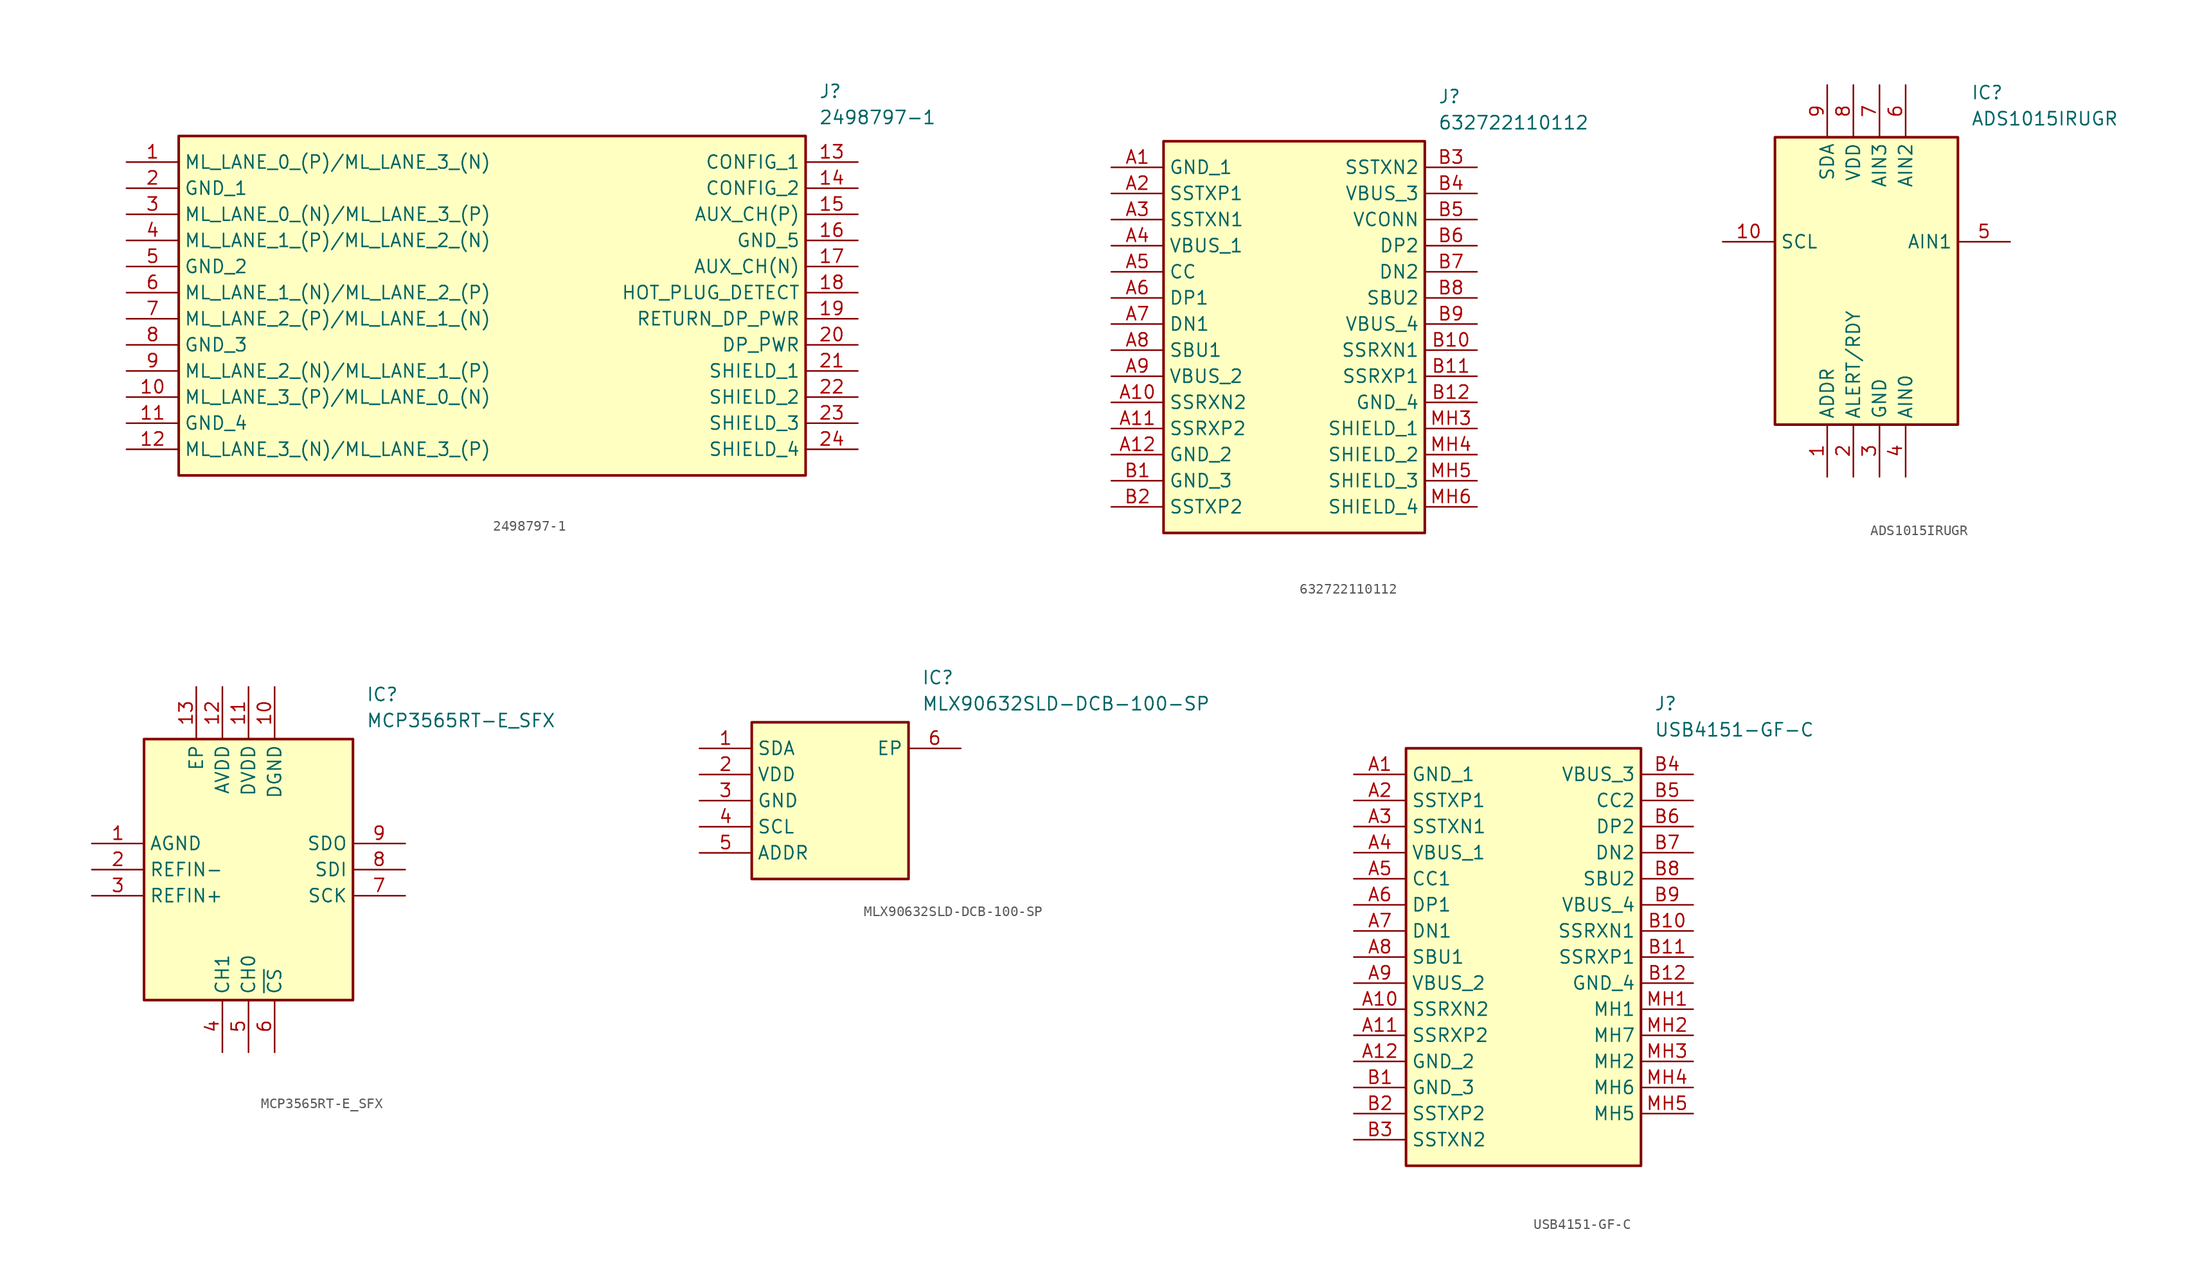
<source format=kicad_sym>
(kicad_symbol_lib
  (version 20241209)
  (generator kicad_symbol_editor)
  (symbol "2498797-1"
    (property "Reference" "J"
      (at 67.31 7.62 0)
      (effects (font (size 1.27 1.27)) (justify left top)))
    (property "Value" "2498797-1"
      (at 67.31 5.08 0)
      (effects (font (size 1.27 1.27)) (justify left top)))
    (rectangle
      (start 5.08 2.54)
      (end 66.04 -30.48)
      (stroke (width 0.254) (type default))
      (fill (type background)))
    (pin passive line
      (at 0 0 0)
      (length 5.08)
      (name "ML_LANE_0_(P)/ML_LANE_3_(N)" (effects (font (size 1.27 1.27))))
      (number "1" (effects (font (size 1.27 1.27)))))
    (pin passive line
      (at 0 -2.54 0)
      (length 5.08)
      (name "GND_1" (effects (font (size 1.27 1.27))))
      (number "2" (effects (font (size 1.27 1.27)))))
    (pin passive line
      (at 0 -5.08 0)
      (length 5.08)
      (name "ML_LANE_0_(N)/ML_LANE_3_(P)" (effects (font (size 1.27 1.27))))
      (number "3" (effects (font (size 1.27 1.27)))))
    (pin passive line
      (at 0 -7.62 0)
      (length 5.08)
      (name "ML_LANE_1_(P)/ML_LANE_2_(N)" (effects (font (size 1.27 1.27))))
      (number "4" (effects (font (size 1.27 1.27)))))
    (pin passive line
      (at 0 -10.16 0)
      (length 5.08)
      (name "GND_2" (effects (font (size 1.27 1.27))))
      (number "5" (effects (font (size 1.27 1.27)))))
    (pin passive line
      (at 0 -12.7 0)
      (length 5.08)
      (name "ML_LANE_1_(N)/ML_LANE_2_(P)" (effects (font (size 1.27 1.27))))
      (number "6" (effects (font (size 1.27 1.27)))))
    (pin passive line
      (at 0 -15.24 0)
      (length 5.08)
      (name "ML_LANE_2_(P)/ML_LANE_1_(N)" (effects (font (size 1.27 1.27))))
      (number "7" (effects (font (size 1.27 1.27)))))
    (pin passive line
      (at 0 -17.78 0)
      (length 5.08)
      (name "GND_3" (effects (font (size 1.27 1.27))))
      (number "8" (effects (font (size 1.27 1.27)))))
    (pin passive line
      (at 0 -20.32 0)
      (length 5.08)
      (name "ML_LANE_2_(N)/ML_LANE_1_(P)" (effects (font (size 1.27 1.27))))
      (number "9" (effects (font (size 1.27 1.27)))))
    (pin passive line
      (at 0 -22.86 0)
      (length 5.08)
      (name "ML_LANE_3_(P)/ML_LANE_0_(N)" (effects (font (size 1.27 1.27))))
      (number "10" (effects (font (size 1.27 1.27)))))
    (pin passive line
      (at 0 -25.4 0)
      (length 5.08)
      (name "GND_4" (effects (font (size 1.27 1.27))))
      (number "11" (effects (font (size 1.27 1.27)))))
    (pin passive line
      (at 0 -27.94 0)
      (length 5.08)
      (name "ML_LANE_3_(N)/ML_LANE_3_(P)" (effects (font (size 1.27 1.27))))
      (number "12" (effects (font (size 1.27 1.27)))))
    (pin passive line
      (at 71.12 0 180)
      (length 5.08)
      (name "CONFIG_1" (effects (font (size 1.27 1.27))))
      (number "13" (effects (font (size 1.27 1.27)))))
    (pin passive line
      (at 71.12 -2.54 180)
      (length 5.08)
      (name "CONFIG_2" (effects (font (size 1.27 1.27))))
      (number "14" (effects (font (size 1.27 1.27)))))
    (pin passive line
      (at 71.12 -5.08 180)
      (length 5.08)
      (name "AUX_CH(P)" (effects (font (size 1.27 1.27))))
      (number "15" (effects (font (size 1.27 1.27)))))
    (pin passive line
      (at 71.12 -7.62 180)
      (length 5.08)
      (name "GND_5" (effects (font (size 1.27 1.27))))
      (number "16" (effects (font (size 1.27 1.27)))))
    (pin passive line
      (at 71.12 -10.16 180)
      (length 5.08)
      (name "AUX_CH(N)" (effects (font (size 1.27 1.27))))
      (number "17" (effects (font (size 1.27 1.27)))))
    (pin passive line
      (at 71.12 -12.7 180)
      (length 5.08)
      (name "HOT_PLUG_DETECT" (effects (font (size 1.27 1.27))))
      (number "18" (effects (font (size 1.27 1.27)))))
    (pin passive line
      (at 71.12 -15.24 180)
      (length 5.08)
      (name "RETURN_DP_PWR" (effects (font (size 1.27 1.27))))
      (number "19" (effects (font (size 1.27 1.27)))))
    (pin passive line
      (at 71.12 -17.78 180)
      (length 5.08)
      (name "DP_PWR" (effects (font (size 1.27 1.27))))
      (number "20" (effects (font (size 1.27 1.27)))))
    (pin passive line
      (at 71.12 -20.32 180)
      (length 5.08)
      (name "SHIELD_1" (effects (font (size 1.27 1.27))))
      (number "21" (effects (font (size 1.27 1.27)))))
    (pin passive line
      (at 71.12 -22.86 180)
      (length 5.08)
      (name "SHIELD_2" (effects (font (size 1.27 1.27))))
      (number "22" (effects (font (size 1.27 1.27)))))
    (pin passive line
      (at 71.12 -25.4 180)
      (length 5.08)
      (name "SHIELD_3" (effects (font (size 1.27 1.27))))
      (number "23" (effects (font (size 1.27 1.27)))))
    (pin passive line
      (at 71.12 -27.94 180)
      (length 5.08)
      (name "SHIELD_4" (effects (font (size 1.27 1.27))))
      (number "24" (effects (font (size 1.27 1.27))))))
  (symbol "632722110112"
    (property "Reference" "J"
      (at 31.75 7.62 0)
      (effects (font (size 1.27 1.27)) (justify left top)))
    (property "Value" "632722110112"
      (at 31.75 5.08 0)
      (effects (font (size 1.27 1.27)) (justify left top)))
    (rectangle
      (start 5.08 2.54)
      (end 30.48 -35.56)
      (stroke (width 0.254) (type default))
      (fill (type background)))
    (pin passive line
      (at 0 0 0)
      (length 5.08)
      (name "GND_1" (effects (font (size 1.27 1.27))))
      (number "A1" (effects (font (size 1.27 1.27)))))
    (pin passive line
      (at 0 -2.54 0)
      (length 5.08)
      (name "SSTXP1" (effects (font (size 1.27 1.27))))
      (number "A2" (effects (font (size 1.27 1.27)))))
    (pin passive line
      (at 0 -5.08 0)
      (length 5.08)
      (name "SSTXN1" (effects (font (size 1.27 1.27))))
      (number "A3" (effects (font (size 1.27 1.27)))))
    (pin passive line
      (at 0 -7.62 0)
      (length 5.08)
      (name "VBUS_1" (effects (font (size 1.27 1.27))))
      (number "A4" (effects (font (size 1.27 1.27)))))
    (pin passive line
      (at 0 -10.16 0)
      (length 5.08)
      (name "CC" (effects (font (size 1.27 1.27))))
      (number "A5" (effects (font (size 1.27 1.27)))))
    (pin passive line
      (at 0 -12.7 0)
      (length 5.08)
      (name "DP1" (effects (font (size 1.27 1.27))))
      (number "A6" (effects (font (size 1.27 1.27)))))
    (pin passive line
      (at 0 -15.24 0)
      (length 5.08)
      (name "DN1" (effects (font (size 1.27 1.27))))
      (number "A7" (effects (font (size 1.27 1.27)))))
    (pin passive line
      (at 0 -17.78 0)
      (length 5.08)
      (name "SBU1" (effects (font (size 1.27 1.27))))
      (number "A8" (effects (font (size 1.27 1.27)))))
    (pin passive line
      (at 0 -20.32 0)
      (length 5.08)
      (name "VBUS_2" (effects (font (size 1.27 1.27))))
      (number "A9" (effects (font (size 1.27 1.27)))))
    (pin passive line
      (at 0 -22.86 0)
      (length 5.08)
      (name "SSRXN2" (effects (font (size 1.27 1.27))))
      (number "A10" (effects (font (size 1.27 1.27)))))
    (pin passive line
      (at 0 -25.4 0)
      (length 5.08)
      (name "SSRXP2" (effects (font (size 1.27 1.27))))
      (number "A11" (effects (font (size 1.27 1.27)))))
    (pin passive line
      (at 0 -27.94 0)
      (length 5.08)
      (name "GND_2" (effects (font (size 1.27 1.27))))
      (number "A12" (effects (font (size 1.27 1.27)))))
    (pin passive line
      (at 0 -30.48 0)
      (length 5.08)
      (name "GND_3" (effects (font (size 1.27 1.27))))
      (number "B1" (effects (font (size 1.27 1.27)))))
    (pin passive line
      (at 0 -33.02 0)
      (length 5.08)
      (name "SSTXP2" (effects (font (size 1.27 1.27))))
      (number "B2" (effects (font (size 1.27 1.27)))))
    (pin passive line
      (at 35.56 0 180)
      (length 5.08)
      (name "SSTXN2" (effects (font (size 1.27 1.27))))
      (number "B3" (effects (font (size 1.27 1.27)))))
    (pin passive line
      (at 35.56 -2.54 180)
      (length 5.08)
      (name "VBUS_3" (effects (font (size 1.27 1.27))))
      (number "B4" (effects (font (size 1.27 1.27)))))
    (pin passive line
      (at 35.56 -5.08 180)
      (length 5.08)
      (name "VCONN" (effects (font (size 1.27 1.27))))
      (number "B5" (effects (font (size 1.27 1.27)))))
    (pin passive line
      (at 35.56 -7.62 180)
      (length 5.08)
      (name "DP2" (effects (font (size 1.27 1.27))))
      (number "B6" (effects (font (size 1.27 1.27)))))
    (pin passive line
      (at 35.56 -10.16 180)
      (length 5.08)
      (name "DN2" (effects (font (size 1.27 1.27))))
      (number "B7" (effects (font (size 1.27 1.27)))))
    (pin passive line
      (at 35.56 -12.7 180)
      (length 5.08)
      (name "SBU2" (effects (font (size 1.27 1.27))))
      (number "B8" (effects (font (size 1.27 1.27)))))
    (pin passive line
      (at 35.56 -15.24 180)
      (length 5.08)
      (name "VBUS_4" (effects (font (size 1.27 1.27))))
      (number "B9" (effects (font (size 1.27 1.27)))))
    (pin passive line
      (at 35.56 -17.78 180)
      (length 5.08)
      (name "SSRXN1" (effects (font (size 1.27 1.27))))
      (number "B10" (effects (font (size 1.27 1.27)))))
    (pin passive line
      (at 35.56 -20.32 180)
      (length 5.08)
      (name "SSRXP1" (effects (font (size 1.27 1.27))))
      (number "B11" (effects (font (size 1.27 1.27)))))
    (pin passive line
      (at 35.56 -22.86 180)
      (length 5.08)
      (name "GND_4" (effects (font (size 1.27 1.27))))
      (number "B12" (effects (font (size 1.27 1.27)))))
    (pin passive line
      (at 35.56 -25.4 180)
      (length 5.08)
      (name "SHIELD_1" (effects (font (size 1.27 1.27))))
      (number "MH3" (effects (font (size 1.27 1.27)))))
    (pin passive line
      (at 35.56 -27.94 180)
      (length 5.08)
      (name "SHIELD_2" (effects (font (size 1.27 1.27))))
      (number "MH4" (effects (font (size 1.27 1.27)))))
    (pin passive line
      (at 35.56 -30.48 180)
      (length 5.08)
      (name "SHIELD_3" (effects (font (size 1.27 1.27))))
      (number "MH5" (effects (font (size 1.27 1.27)))))
    (pin passive line
      (at 35.56 -33.02 180)
      (length 5.08)
      (name "SHIELD_4" (effects (font (size 1.27 1.27))))
      (number "MH6" (effects (font (size 1.27 1.27))))))
  (symbol "ADS1015IRUGR"
    (property "Reference" "IC"
      (at 24.13 15.24 0)
      (effects (font (size 1.27 1.27)) (justify left top)))
    (property "Value" "ADS1015IRUGR"
      (at 24.13 12.7 0)
      (effects (font (size 1.27 1.27)) (justify left top)))
    (rectangle
      (start 5.08 10.16)
      (end 22.86 -17.78)
      (stroke (width 0.254) (type default))
      (fill (type background)))
    (pin passive line
      (at 10.16 -22.86 90)
      (length 5.08)
      (name "ADDR" (effects (font (size 1.27 1.27))))
      (number "1" (effects (font (size 1.27 1.27)))))
    (pin passive line
      (at 12.7 -22.86 90)
      (length 5.08)
      (name "ALERT/RDY" (effects (font (size 1.27 1.27))))
      (number "2" (effects (font (size 1.27 1.27)))))
    (pin passive line
      (at 15.24 -22.86 90)
      (length 5.08)
      (name "GND" (effects (font (size 1.27 1.27))))
      (number "3" (effects (font (size 1.27 1.27)))))
    (pin passive line
      (at 17.78 -22.86 90)
      (length 5.08)
      (name "AIN0" (effects (font (size 1.27 1.27))))
      (number "4" (effects (font (size 1.27 1.27)))))
    (pin passive line
      (at 27.94 0 180)
      (length 5.08)
      (name "AIN1" (effects (font (size 1.27 1.27))))
      (number "5" (effects (font (size 1.27 1.27)))))
    (pin passive line
      (at 17.78 15.24 270)
      (length 5.08)
      (name "AIN2" (effects (font (size 1.27 1.27))))
      (number "6" (effects (font (size 1.27 1.27)))))
    (pin passive line
      (at 15.24 15.24 270)
      (length 5.08)
      (name "AIN3" (effects (font (size 1.27 1.27))))
      (number "7" (effects (font (size 1.27 1.27)))))
    (pin passive line
      (at 12.7 15.24 270)
      (length 5.08)
      (name "VDD" (effects (font (size 1.27 1.27))))
      (number "8" (effects (font (size 1.27 1.27)))))
    (pin passive line
      (at 10.16 15.24 270)
      (length 5.08)
      (name "SDA" (effects (font (size 1.27 1.27))))
      (number "9" (effects (font (size 1.27 1.27)))))
    (pin passive line
      (at 0 0 0)
      (length 5.08)
      (name "SCL" (effects (font (size 1.27 1.27))))
      (number "10" (effects (font (size 1.27 1.27))))))
  (symbol "MCP3565RT-E_SFX"
    (property "Reference" "IC"
      (at 26.67 15.24 0)
      (effects (font (size 1.27 1.27)) (justify left top)))
    (property "Value" "MCP3565RT-E_SFX"
      (at 26.67 12.7 0)
      (effects (font (size 1.27 1.27)) (justify left top)))
    (rectangle
      (start 5.08 10.16)
      (end 25.4 -15.24)
      (stroke (width 0.254) (type default))
      (fill (type background)))
    (pin passive line
      (at 0 0 0)
      (length 5.08)
      (name "AGND" (effects (font (size 1.27 1.27))))
      (number "1" (effects (font (size 1.27 1.27)))))
    (pin passive line
      (at 0 -2.54 0)
      (length 5.08)
      (name "REFIN-" (effects (font (size 1.27 1.27))))
      (number "2" (effects (font (size 1.27 1.27)))))
    (pin passive line
      (at 0 -5.08 0)
      (length 5.08)
      (name "REFIN+" (effects (font (size 1.27 1.27))))
      (number "3" (effects (font (size 1.27 1.27)))))
    (pin passive line
      (at 12.7 -20.32 90)
      (length 5.08)
      (name "CH1" (effects (font (size 1.27 1.27))))
      (number "4" (effects (font (size 1.27 1.27)))))
    (pin passive line
      (at 15.24 -20.32 90)
      (length 5.08)
      (name "CH0" (effects (font (size 1.27 1.27))))
      (number "5" (effects (font (size 1.27 1.27)))))
    (pin passive line
      (at 17.78 -20.32 90)
      (length 5.08)
      (name "~{CS}" (effects (font (size 1.27 1.27))))
      (number "6" (effects (font (size 1.27 1.27)))))
    (pin passive line
      (at 30.48 0 180)
      (length 5.08)
      (name "SDO" (effects (font (size 1.27 1.27))))
      (number "9" (effects (font (size 1.27 1.27)))))
    (pin passive line
      (at 30.48 -2.54 180)
      (length 5.08)
      (name "SDI" (effects (font (size 1.27 1.27))))
      (number "8" (effects (font (size 1.27 1.27)))))
    (pin passive line
      (at 30.48 -5.08 180)
      (length 5.08)
      (name "SCK" (effects (font (size 1.27 1.27))))
      (number "7" (effects (font (size 1.27 1.27)))))
    (pin passive line
      (at 10.16 15.24 270)
      (length 5.08)
      (name "EP" (effects (font (size 1.27 1.27))))
      (number "13" (effects (font (size 1.27 1.27)))))
    (pin passive line
      (at 12.7 15.24 270)
      (length 5.08)
      (name "AVDD" (effects (font (size 1.27 1.27))))
      (number "12" (effects (font (size 1.27 1.27)))))
    (pin passive line
      (at 15.24 15.24 270)
      (length 5.08)
      (name "DVDD" (effects (font (size 1.27 1.27))))
      (number "11" (effects (font (size 1.27 1.27)))))
    (pin passive line
      (at 17.78 15.24 270)
      (length 5.08)
      (name "DGND" (effects (font (size 1.27 1.27))))
      (number "10" (effects (font (size 1.27 1.27))))))
  (symbol "MLX90632SLD-DCB-100-SP"
    (property "Reference" "IC"
      (at 21.59 7.62 0)
      (effects (font (size 1.27 1.27)) (justify left top)))
    (property "Value" "MLX90632SLD-DCB-100-SP"
      (at 21.59 5.08 0)
      (effects (font (size 1.27 1.27)) (justify left top)))
    (rectangle
      (start 5.08 2.54)
      (end 20.32 -12.7)
      (stroke (width 0.254) (type default))
      (fill (type background)))
    (pin passive line
      (at 0 0 0)
      (length 5.08)
      (name "SDA" (effects (font (size 1.27 1.27))))
      (number "1" (effects (font (size 1.27 1.27)))))
    (pin passive line
      (at 0 -2.54 0)
      (length 5.08)
      (name "VDD" (effects (font (size 1.27 1.27))))
      (number "2" (effects (font (size 1.27 1.27)))))
    (pin passive line
      (at 0 -5.08 0)
      (length 5.08)
      (name "GND" (effects (font (size 1.27 1.27))))
      (number "3" (effects (font (size 1.27 1.27)))))
    (pin passive line
      (at 0 -7.62 0)
      (length 5.08)
      (name "SCL" (effects (font (size 1.27 1.27))))
      (number "4" (effects (font (size 1.27 1.27)))))
    (pin passive line
      (at 0 -10.16 0)
      (length 5.08)
      (name "ADDR" (effects (font (size 1.27 1.27))))
      (number "5" (effects (font (size 1.27 1.27)))))
    (pin passive line
      (at 25.4 0 180)
      (length 5.08)
      (name "EP" (effects (font (size 1.27 1.27))))
      (number "6" (effects (font (size 1.27 1.27))))))
  (symbol "USB4151-GF-C"
    (property "Reference" "J"
      (at 29.21 7.62 0)
      (effects (font (size 1.27 1.27)) (justify left top)))
    (property "Value" "USB4151-GF-C"
      (at 29.21 5.08 0)
      (effects (font (size 1.27 1.27)) (justify left top)))
    (rectangle
      (start 5.08 2.54)
      (end 27.94 -38.1)
      (stroke (width 0.254) (type default))
      (fill (type background)))
    (pin passive line
      (at 0 0 0)
      (length 5.08)
      (name "GND_1" (effects (font (size 1.27 1.27))))
      (number "A1" (effects (font (size 1.27 1.27)))))
    (pin passive line
      (at 0 -2.54 0)
      (length 5.08)
      (name "SSTXP1" (effects (font (size 1.27 1.27))))
      (number "A2" (effects (font (size 1.27 1.27)))))
    (pin passive line
      (at 0 -5.08 0)
      (length 5.08)
      (name "SSTXN1" (effects (font (size 1.27 1.27))))
      (number "A3" (effects (font (size 1.27 1.27)))))
    (pin passive line
      (at 0 -7.62 0)
      (length 5.08)
      (name "VBUS_1" (effects (font (size 1.27 1.27))))
      (number "A4" (effects (font (size 1.27 1.27)))))
    (pin passive line
      (at 0 -10.16 0)
      (length 5.08)
      (name "CC1" (effects (font (size 1.27 1.27))))
      (number "A5" (effects (font (size 1.27 1.27)))))
    (pin passive line
      (at 0 -12.7 0)
      (length 5.08)
      (name "DP1" (effects (font (size 1.27 1.27))))
      (number "A6" (effects (font (size 1.27 1.27)))))
    (pin passive line
      (at 0 -15.24 0)
      (length 5.08)
      (name "DN1" (effects (font (size 1.27 1.27))))
      (number "A7" (effects (font (size 1.27 1.27)))))
    (pin passive line
      (at 0 -17.78 0)
      (length 5.08)
      (name "SBU1" (effects (font (size 1.27 1.27))))
      (number "A8" (effects (font (size 1.27 1.27)))))
    (pin passive line
      (at 0 -20.32 0)
      (length 5.08)
      (name "VBUS_2" (effects (font (size 1.27 1.27))))
      (number "A9" (effects (font (size 1.27 1.27)))))
    (pin passive line
      (at 0 -22.86 0)
      (length 5.08)
      (name "SSRXN2" (effects (font (size 1.27 1.27))))
      (number "A10" (effects (font (size 1.27 1.27)))))
    (pin passive line
      (at 0 -25.4 0)
      (length 5.08)
      (name "SSRXP2" (effects (font (size 1.27 1.27))))
      (number "A11" (effects (font (size 1.27 1.27)))))
    (pin passive line
      (at 0 -27.94 0)
      (length 5.08)
      (name "GND_2" (effects (font (size 1.27 1.27))))
      (number "A12" (effects (font (size 1.27 1.27)))))
    (pin passive line
      (at 0 -30.48 0)
      (length 5.08)
      (name "GND_3" (effects (font (size 1.27 1.27))))
      (number "B1" (effects (font (size 1.27 1.27)))))
    (pin passive line
      (at 0 -33.02 0)
      (length 5.08)
      (name "SSTXP2" (effects (font (size 1.27 1.27))))
      (number "B2" (effects (font (size 1.27 1.27)))))
    (pin passive line
      (at 0 -35.56 0)
      (length 5.08)
      (name "SSTXN2" (effects (font (size 1.27 1.27))))
      (number "B3" (effects (font (size 1.27 1.27)))))
    (pin passive line
      (at 33.02 0 180)
      (length 5.08)
      (name "VBUS_3" (effects (font (size 1.27 1.27))))
      (number "B4" (effects (font (size 1.27 1.27)))))
    (pin passive line
      (at 33.02 -2.54 180)
      (length 5.08)
      (name "CC2" (effects (font (size 1.27 1.27))))
      (number "B5" (effects (font (size 1.27 1.27)))))
    (pin passive line
      (at 33.02 -5.08 180)
      (length 5.08)
      (name "DP2" (effects (font (size 1.27 1.27))))
      (number "B6" (effects (font (size 1.27 1.27)))))
    (pin passive line
      (at 33.02 -7.62 180)
      (length 5.08)
      (name "DN2" (effects (font (size 1.27 1.27))))
      (number "B7" (effects (font (size 1.27 1.27)))))
    (pin passive line
      (at 33.02 -10.16 180)
      (length 5.08)
      (name "SBU2" (effects (font (size 1.27 1.27))))
      (number "B8" (effects (font (size 1.27 1.27)))))
    (pin passive line
      (at 33.02 -12.7 180)
      (length 5.08)
      (name "VBUS_4" (effects (font (size 1.27 1.27))))
      (number "B9" (effects (font (size 1.27 1.27)))))
    (pin passive line
      (at 33.02 -15.24 180)
      (length 5.08)
      (name "SSRXN1" (effects (font (size 1.27 1.27))))
      (number "B10" (effects (font (size 1.27 1.27)))))
    (pin passive line
      (at 33.02 -17.78 180)
      (length 5.08)
      (name "SSRXP1" (effects (font (size 1.27 1.27))))
      (number "B11" (effects (font (size 1.27 1.27)))))
    (pin passive line
      (at 33.02 -20.32 180)
      (length 5.08)
      (name "GND_4" (effects (font (size 1.27 1.27))))
      (number "B12" (effects (font (size 1.27 1.27)))))
    (pin passive line
      (at 33.02 -22.86 180)
      (length 5.08)
      (name "MH1" (effects (font (size 1.27 1.27))))
      (number "MH1" (effects (font (size 1.27 1.27)))))
    (pin passive line
      (at 33.02 -25.4 180)
      (length 5.08)
      (name "MH7" (effects (font (size 1.27 1.27))))
      (number "MH2" (effects (font (size 1.27 1.27)))))
    (pin passive line
      (at 33.02 -27.94 180)
      (length 5.08)
      (name "MH2" (effects (font (size 1.27 1.27))))
      (number "MH3" (effects (font (size 1.27 1.27)))))
    (pin passive line
      (at 33.02 -30.48 180)
      (length 5.08)
      (name "MH6" (effects (font (size 1.27 1.27))))
      (number "MH4" (effects (font (size 1.27 1.27)))))
    (pin passive line
      (at 33.02 -33.02 180)
      (length 5.08)
      (name "MH5" (effects (font (size 1.27 1.27))))
      (number "MH5" (effects (font (size 1.27 1.27)))))))
</source>
